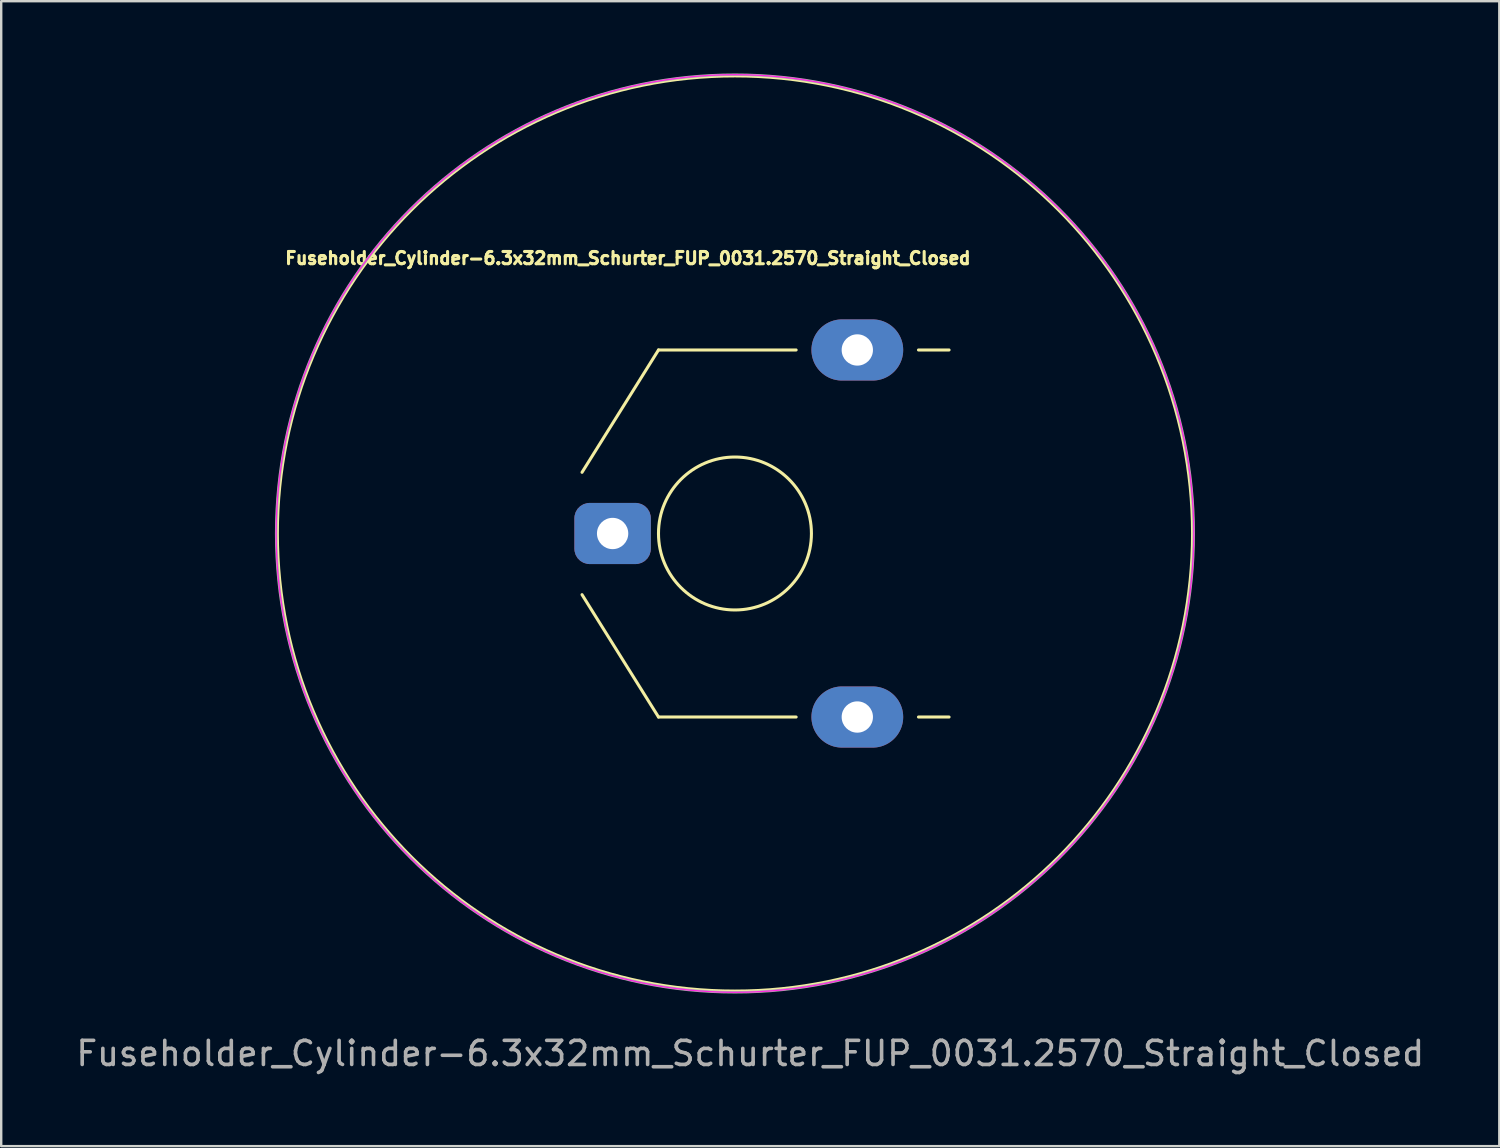
<source format=kicad_pcb>
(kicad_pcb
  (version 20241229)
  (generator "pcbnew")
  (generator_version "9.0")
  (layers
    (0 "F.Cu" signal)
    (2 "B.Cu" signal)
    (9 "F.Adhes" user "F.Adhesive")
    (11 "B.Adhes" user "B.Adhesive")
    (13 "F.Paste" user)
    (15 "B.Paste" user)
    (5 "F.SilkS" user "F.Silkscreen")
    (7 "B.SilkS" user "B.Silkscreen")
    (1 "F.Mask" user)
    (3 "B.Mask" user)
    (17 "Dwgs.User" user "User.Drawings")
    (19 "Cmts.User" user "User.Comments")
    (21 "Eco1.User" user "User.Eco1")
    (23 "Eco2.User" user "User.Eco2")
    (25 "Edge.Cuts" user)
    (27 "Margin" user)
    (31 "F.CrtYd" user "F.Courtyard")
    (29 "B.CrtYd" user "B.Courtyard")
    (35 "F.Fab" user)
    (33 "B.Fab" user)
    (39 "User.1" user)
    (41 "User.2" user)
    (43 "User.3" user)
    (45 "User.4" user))
  (footprint "Fuseholder_Cylinder-6.3x32mm_Schurter_FUP_0031.2570_Straight_Closed"
    (layer "F.Cu")
    (at 27.466 19.101)
    (property "Reference" "Fuseholder_Cylinder-6.3x32mm_Schurter_FUP_0031.2570_Straight_Closed" (at -4.445 -11.43 0) (layer "F.SilkS") (effects (font (size 0.508 0.508) (thickness 0.127) (bold yes))))
    (attr through_hole)
    (fp_line (start -3.175 -7.62) (end -6.35 -2.54) (stroke (width 0.127) (type default)) (layer "F.SilkS"))
    (fp_line (start -3.175 7.62) (end -6.35 2.54) (stroke (width 0.127) (type default)) (layer "F.SilkS"))
    (fp_line (start 2.54 -7.62) (end -3.175 -7.62) (stroke (width 0.127) (type default)) (layer "F.SilkS"))
    (fp_line (start 2.54 7.62) (end -3.175 7.62) (stroke (width 0.127) (type default)) (layer "F.SilkS"))
    (fp_line (start 7.62 -7.62) (end 8.89 -7.62) (stroke (width 0.127) (type default)) (layer "F.SilkS"))
    (fp_line (start 7.62 7.62) (end 8.89 7.62) (stroke (width 0.127) (type default)) (layer "F.SilkS"))
    (fp_circle (center 0 0) (end 3.175 0) (stroke (width 0.127) (type default)) (fill no) (layer "F.SilkS"))
    (fp_circle (center 0 0) (end 19 0) (stroke (width 0.127) (type default)) (fill no) (layer "F.SilkS"))
    (fp_circle (center 0 0) (end 0 -19.05) (stroke (width 0.051) (type default)) (fill no) (layer "F.CrtYd"))
    (fp_circle (center 0 0) (end 0 -19.05) (stroke (width 0.102) (type default)) (fill no) (layer "F.Fab"))
    (fp_text user "${REFERENCE}" (at 0.635 21.59 0) (layer "F.Fab") (effects (font (size 1 1) (thickness 0.15))))
    (pad "1" thru_hole roundrect (at -5.08 0) (size 3.175 2.54) (drill 1.3) (layers "*.Cu" "*.Mask") (roundrect_rratio 0.25))
    (pad "2" thru_hole oval (at 5.08 -7.62) (size 3.81 2.54) (drill 1.3) (layers "*.Cu" "*.Mask"))
    (pad "2" thru_hole oval (at 5.08 7.62) (size 3.81 2.54) (drill 1.3) (layers "*.Cu" "*.Mask")))
  (gr_rect
    (start -3 -3)
    (end 59.202 44.539)
    (stroke (width 0.1) (type default))
    (fill no)
    (layer "Edge.Cuts")))
</source>
